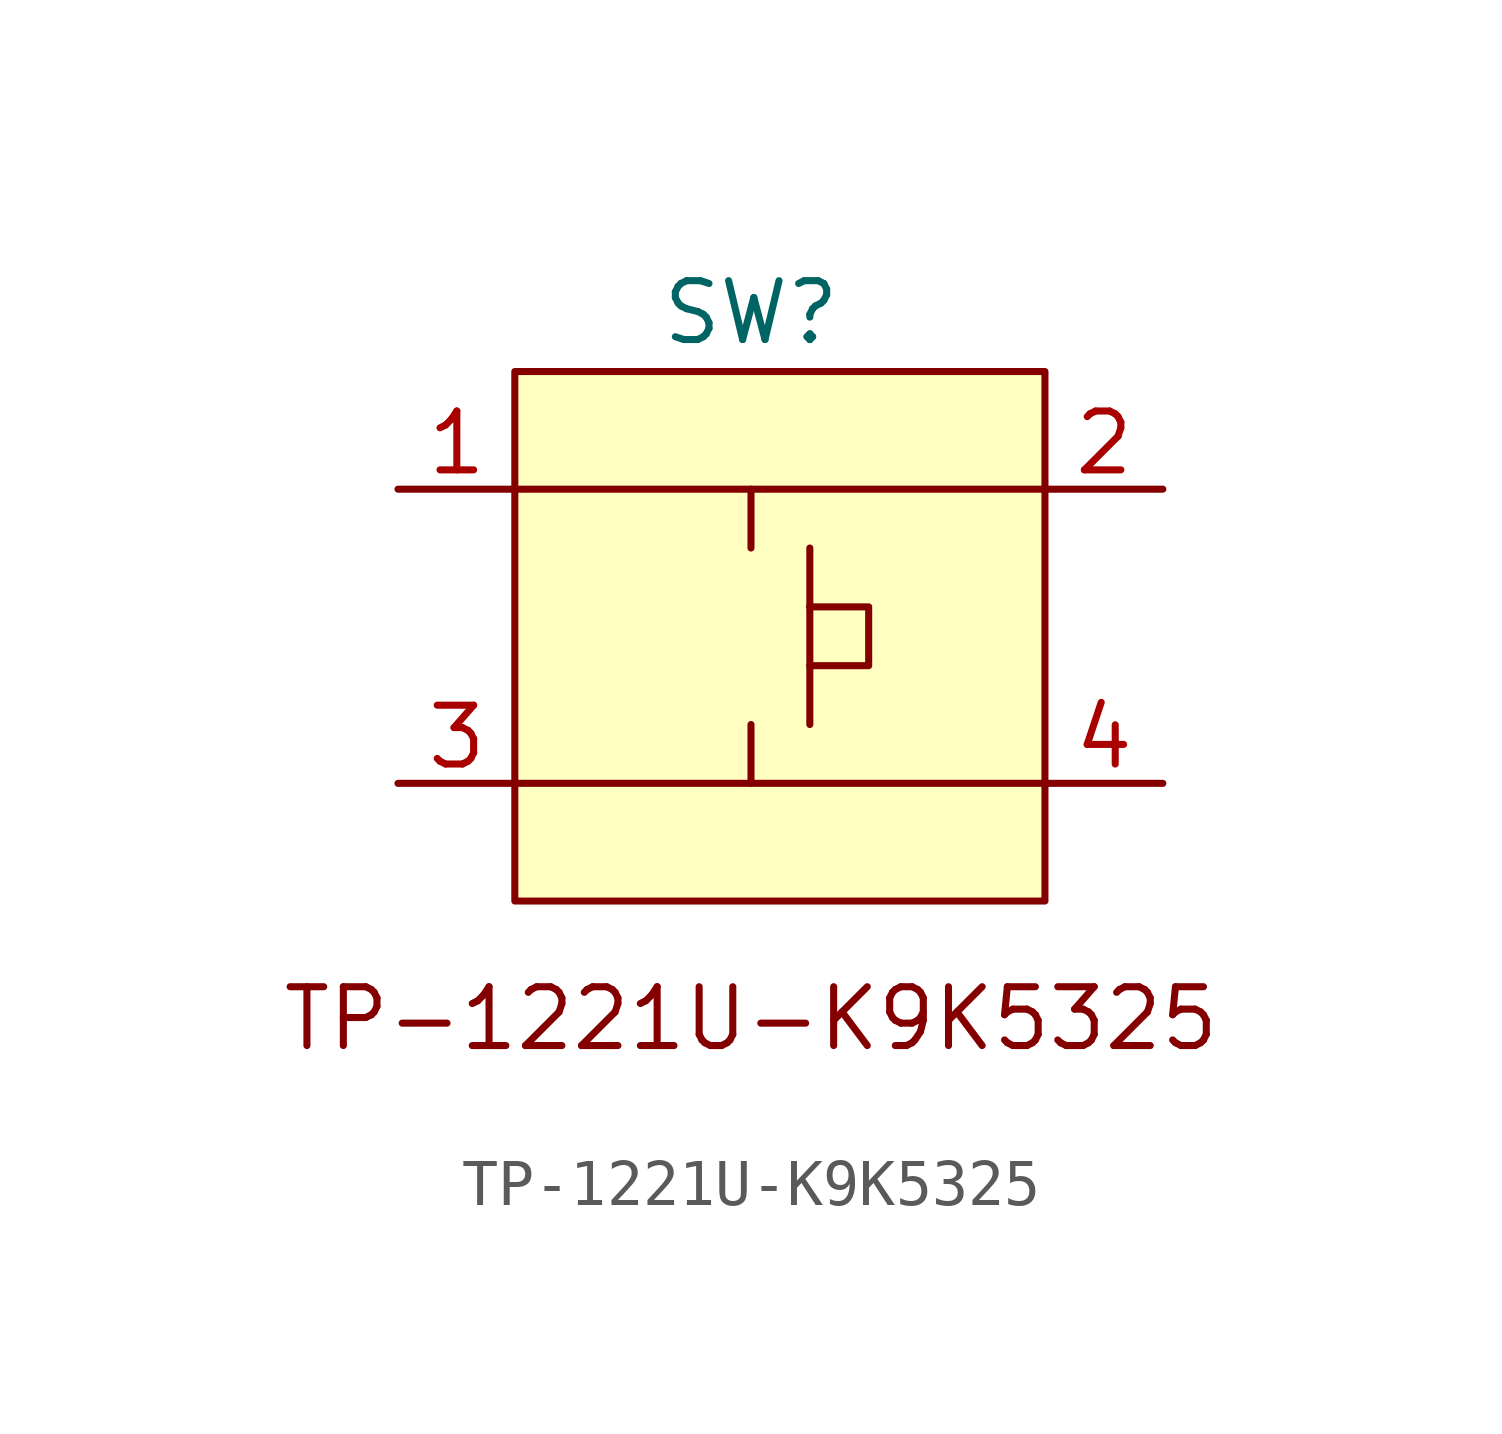
<source format=kicad_sym>
(kicad_symbol_lib
  (version 20220914)
  (generator kicad_symbol_editor)
  (symbol "TP-1221U-K9K5325"
    (property "Reference" "SW"
      (at 0 0 0)
      (effects (font (size 1.27 1.27))))
    (property "Value" ""
      (at 0 0 0)
      (effects (font (size 1.27 1.27))))
    (symbol "TP-1221U-K9K5325_0_1"
      (polyline (pts (xy -5.08 -10.16) (xy 6.35 -10.16)) (stroke (width 0) (type default)) (fill (type none)))
      (polyline (pts (xy -5.08 -3.81) (xy 6.35 -3.81)) (stroke (width 0) (type default)) (fill (type none)))
      (polyline (pts (xy 0 -10.16) (xy 0 -8.89)) (stroke (width 0) (type default)) (fill (type none)))
      (polyline (pts (xy 0 -3.81) (xy 0 -5.08)) (stroke (width 0) (type default)) (fill (type none)))
      (polyline (pts (xy 1.27 -6.35) (xy 1.27 -8.89)) (stroke (width 0) (type default)) (fill (type none)))
      (polyline (pts (xy 1.27 -5.08) (xy 1.27 -6.35)) (stroke (width 0) (type default)) (fill (type none)))
      (polyline (pts (xy 1.27 -6.35) (xy 2.54 -6.35) (xy 2.54 -7.62) (xy 1.27 -7.62)) (stroke (width 0) (type default)) (fill (type none))))
    (symbol "TP-1221U-K9K5325_1_1"
      (rectangle (start -5.098 -1.27) (end 6.345 -12.7) (stroke (width 0) (type default)) (fill (type background)))
      (text "TP-1221U-K9K5325" (at 0 -15.24 0) (effects (font (size 1.27 1.27))))
      (pin input line (at -7.62 -3.81 0) (length 2.54) (name "" (effects (font (size 1.27 1.27)))) (number "1" (effects (font (size 1.27 1.27)))))
      (pin input line (at 8.89 -3.81 180) (length 2.54) (name "" (effects (font (size 1.27 1.27)))) (number "2" (effects (font (size 1.27 1.27)))))
      (pin input line (at -7.62 -10.16 0) (length 2.54) (name "" (effects (font (size 1.27 1.27)))) (number "3" (effects (font (size 1.27 1.27)))))
      (pin input line (at 8.89 -10.16 180) (length 2.54) (name "" (effects (font (size 1.27 1.27)))) (number "4" (effects (font (size 1.27 1.27))))))))
</source>
